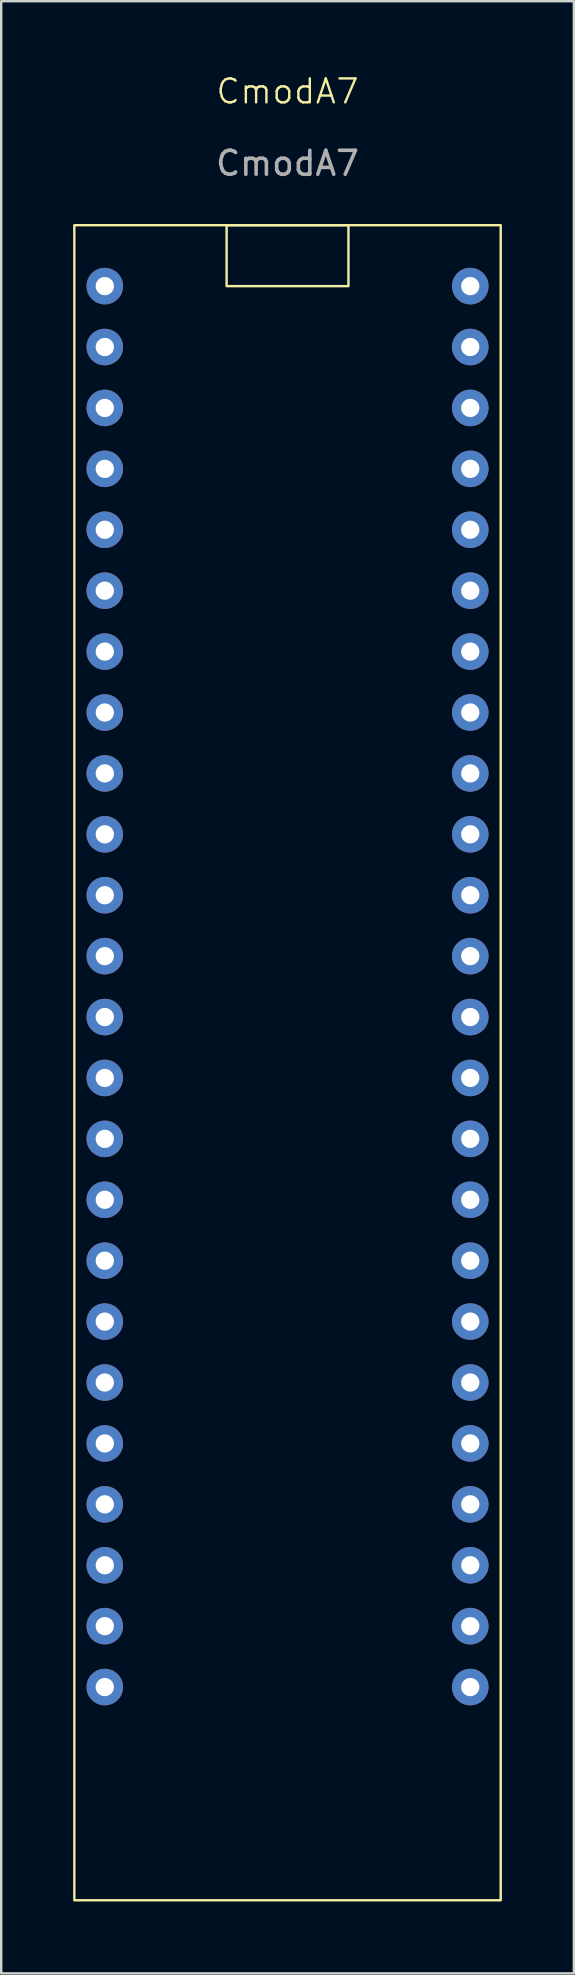
<source format=kicad_pcb>
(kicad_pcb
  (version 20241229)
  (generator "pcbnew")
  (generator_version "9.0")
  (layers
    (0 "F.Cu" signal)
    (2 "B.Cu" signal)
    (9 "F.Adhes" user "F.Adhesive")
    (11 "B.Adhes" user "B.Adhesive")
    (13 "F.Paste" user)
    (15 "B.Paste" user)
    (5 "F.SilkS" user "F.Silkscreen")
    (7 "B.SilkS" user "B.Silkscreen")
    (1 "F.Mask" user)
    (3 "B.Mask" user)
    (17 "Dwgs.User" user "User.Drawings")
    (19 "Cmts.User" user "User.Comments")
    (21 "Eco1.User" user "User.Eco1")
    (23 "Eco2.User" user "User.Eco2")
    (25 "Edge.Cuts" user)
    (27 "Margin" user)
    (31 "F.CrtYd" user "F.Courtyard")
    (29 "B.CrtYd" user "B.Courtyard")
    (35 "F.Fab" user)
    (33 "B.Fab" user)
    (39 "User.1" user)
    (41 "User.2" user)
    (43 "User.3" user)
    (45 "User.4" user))
  (footprint "CmodA7"
    (layer "F.Cu")
    (at 8.94 41.901)
    (property "Reference" "CmodA7" (at 0 -41.14 0) (unlocked yes) (layer "F.SilkS") (effects (font (size 1 1) (thickness 0.1))))
    (attr through_hole)
    (fp_rect (start -8.89 -35.56) (end 8.89 34.29) (stroke (width 0.1) (type solid)) (fill no) (layer "F.SilkS"))
    (fp_rect (start -2.54 -35.56) (end 2.54 -33.02) (stroke (width 0.1) (type default)) (fill no) (layer "F.SilkS"))
    (fp_text user "${REFERENCE}" (at 0 -38.14 0) (unlocked yes) (layer "F.Fab") (effects (font (size 1 1) (thickness 0.15))))
    (pad "1" thru_hole circle (at 7.62 25.4 180) (size 1.524 1.524) (drill 0.762) (layers "*.Cu" "*.Mask"))
    (pad "2" thru_hole circle (at 7.62 22.86 180) (size 1.524 1.524) (drill 0.762) (layers "*.Cu" "*.Mask"))
    (pad "3" thru_hole circle (at 7.62 20.32 180) (size 1.524 1.524) (drill 0.762) (layers "*.Cu" "*.Mask"))
    (pad "4" thru_hole circle (at 7.62 17.78 180) (size 1.524 1.524) (drill 0.762) (layers "*.Cu" "*.Mask"))
    (pad "5" thru_hole circle (at 7.62 15.24 180) (size 1.524 1.524) (drill 0.762) (layers "*.Cu" "*.Mask"))
    (pad "6" thru_hole circle (at 7.62 12.7 180) (size 1.524 1.524) (drill 0.762) (layers "*.Cu" "*.Mask"))
    (pad "7" thru_hole circle (at 7.62 10.16 180) (size 1.524 1.524) (drill 0.762) (layers "*.Cu" "*.Mask"))
    (pad "8" thru_hole circle (at 7.62 7.62 180) (size 1.524 1.524) (drill 0.762) (layers "*.Cu" "*.Mask"))
    (pad "9" thru_hole circle (at 7.62 5.08 180) (size 1.524 1.524) (drill 0.762) (layers "*.Cu" "*.Mask"))
    (pad "10" thru_hole circle (at 7.62 2.54 180) (size 1.524 1.524) (drill 0.762) (layers "*.Cu" "*.Mask"))
    (pad "11" thru_hole circle (at 7.62 0 180) (size 1.524 1.524) (drill 0.762) (layers "*.Cu" "*.Mask"))
    (pad "12" thru_hole circle (at 7.62 -2.54 180) (size 1.524 1.524) (drill 0.762) (layers "*.Cu" "*.Mask"))
    (pad "13" thru_hole circle (at 7.62 -5.08 180) (size 1.524 1.524) (drill 0.762) (layers "*.Cu" "*.Mask"))
    (pad "14" thru_hole circle (at 7.62 -7.62 180) (size 1.524 1.524) (drill 0.762) (layers "*.Cu" "*.Mask"))
    (pad "15" thru_hole circle (at 7.62 -10.16 180) (size 1.524 1.524) (drill 0.762) (layers "*.Cu" "*.Mask"))
    (pad "16" thru_hole circle (at 7.62 -12.7 180) (size 1.524 1.524) (drill 0.762) (layers "*.Cu" "*.Mask"))
    (pad "17" thru_hole circle (at 7.62 -15.24 180) (size 1.524 1.524) (drill 0.762) (layers "*.Cu" "*.Mask"))
    (pad "18" thru_hole circle (at 7.62 -17.78 180) (size 1.524 1.524) (drill 0.762) (layers "*.Cu" "*.Mask"))
    (pad "19" thru_hole circle (at 7.62 -20.32 180) (size 1.524 1.524) (drill 0.762) (layers "*.Cu" "*.Mask"))
    (pad "20" thru_hole circle (at 7.62 -22.86 180) (size 1.524 1.524) (drill 0.762) (layers "*.Cu" "*.Mask"))
    (pad "21" thru_hole circle (at 7.62 -25.4 180) (size 1.524 1.524) (drill 0.762) (layers "*.Cu" "*.Mask"))
    (pad "22" thru_hole circle (at 7.62 -27.94 180) (size 1.524 1.524) (drill 0.762) (layers "*.Cu" "*.Mask"))
    (pad "23" thru_hole circle (at 7.62 -30.48 180) (size 1.524 1.524) (drill 0.762) (layers "*.Cu" "*.Mask"))
    (pad "24" thru_hole circle (at 7.62 -33.02 180) (size 1.524 1.524) (drill 0.762) (layers "*.Cu" "*.Mask"))
    (pad "25" thru_hole circle (at -7.62 -33.02 180) (size 1.524 1.524) (drill 0.762) (layers "*.Cu" "*.Mask"))
    (pad "26" thru_hole circle (at -7.62 -30.48 180) (size 1.524 1.524) (drill 0.762) (layers "*.Cu" "*.Mask"))
    (pad "27" thru_hole circle (at -7.62 -27.94 180) (size 1.524 1.524) (drill 0.762) (layers "*.Cu" "*.Mask"))
    (pad "28" thru_hole circle (at -7.62 -25.4 180) (size 1.524 1.524) (drill 0.762) (layers "*.Cu" "*.Mask"))
    (pad "29" thru_hole circle (at -7.62 -22.86 180) (size 1.524 1.524) (drill 0.762) (layers "*.Cu" "*.Mask"))
    (pad "30" thru_hole circle (at -7.62 -20.32 180) (size 1.524 1.524) (drill 0.762) (layers "*.Cu" "*.Mask"))
    (pad "31" thru_hole circle (at -7.62 -17.78 180) (size 1.524 1.524) (drill 0.762) (layers "*.Cu" "*.Mask"))
    (pad "32" thru_hole circle (at -7.62 -15.24 180) (size 1.524 1.524) (drill 0.762) (layers "*.Cu" "*.Mask"))
    (pad "33" thru_hole circle (at -7.62 -12.7 180) (size 1.524 1.524) (drill 0.762) (layers "*.Cu" "*.Mask"))
    (pad "34" thru_hole circle (at -7.62 -10.16 180) (size 1.524 1.524) (drill 0.762) (layers "*.Cu" "*.Mask"))
    (pad "35" thru_hole circle (at -7.62 -7.62 180) (size 1.524 1.524) (drill 0.762) (layers "*.Cu" "*.Mask"))
    (pad "36" thru_hole circle (at -7.62 -5.08 180) (size 1.524 1.524) (drill 0.762) (layers "*.Cu" "*.Mask"))
    (pad "37" thru_hole circle (at -7.62 -2.54 180) (size 1.524 1.524) (drill 0.762) (layers "*.Cu" "*.Mask"))
    (pad "38" thru_hole circle (at -7.62 0 180) (size 1.524 1.524) (drill 0.762) (layers "*.Cu" "*.Mask"))
    (pad "39" thru_hole circle (at -7.62 2.54 180) (size 1.524 1.524) (drill 0.762) (layers "*.Cu" "*.Mask"))
    (pad "40" thru_hole circle (at -7.62 5.08 180) (size 1.524 1.524) (drill 0.762) (layers "*.Cu" "*.Mask"))
    (pad "41" thru_hole circle (at -7.62 7.62 180) (size 1.524 1.524) (drill 0.762) (layers "*.Cu" "*.Mask"))
    (pad "42" thru_hole circle (at -7.62 10.16 180) (size 1.524 1.524) (drill 0.762) (layers "*.Cu" "*.Mask"))
    (pad "43" thru_hole circle (at -7.62 12.7 180) (size 1.524 1.524) (drill 0.762) (layers "*.Cu" "*.Mask"))
    (pad "44" thru_hole circle (at -7.62 15.24 180) (size 1.524 1.524) (drill 0.762) (layers "*.Cu" "*.Mask"))
    (pad "45" thru_hole circle (at -7.62 17.78 180) (size 1.524 1.524) (drill 0.762) (layers "*.Cu" "*.Mask"))
    (pad "46" thru_hole circle (at -7.62 20.32 180) (size 1.524 1.524) (drill 0.762) (layers "*.Cu" "*.Mask"))
    (pad "47" thru_hole circle (at -7.62 22.86 180) (size 1.524 1.524) (drill 0.762) (layers "*.Cu" "*.Mask"))
    (pad "48" thru_hole circle (at -7.62 25.4 180) (size 1.524 1.524) (drill 0.762) (layers "*.Cu" "*.Mask")))
  (gr_rect
    (start -3 -3)
    (end 20.88 79.24)
    (stroke (width 0.1) (type default))
    (fill no)
    (layer "Edge.Cuts")))
</source>
